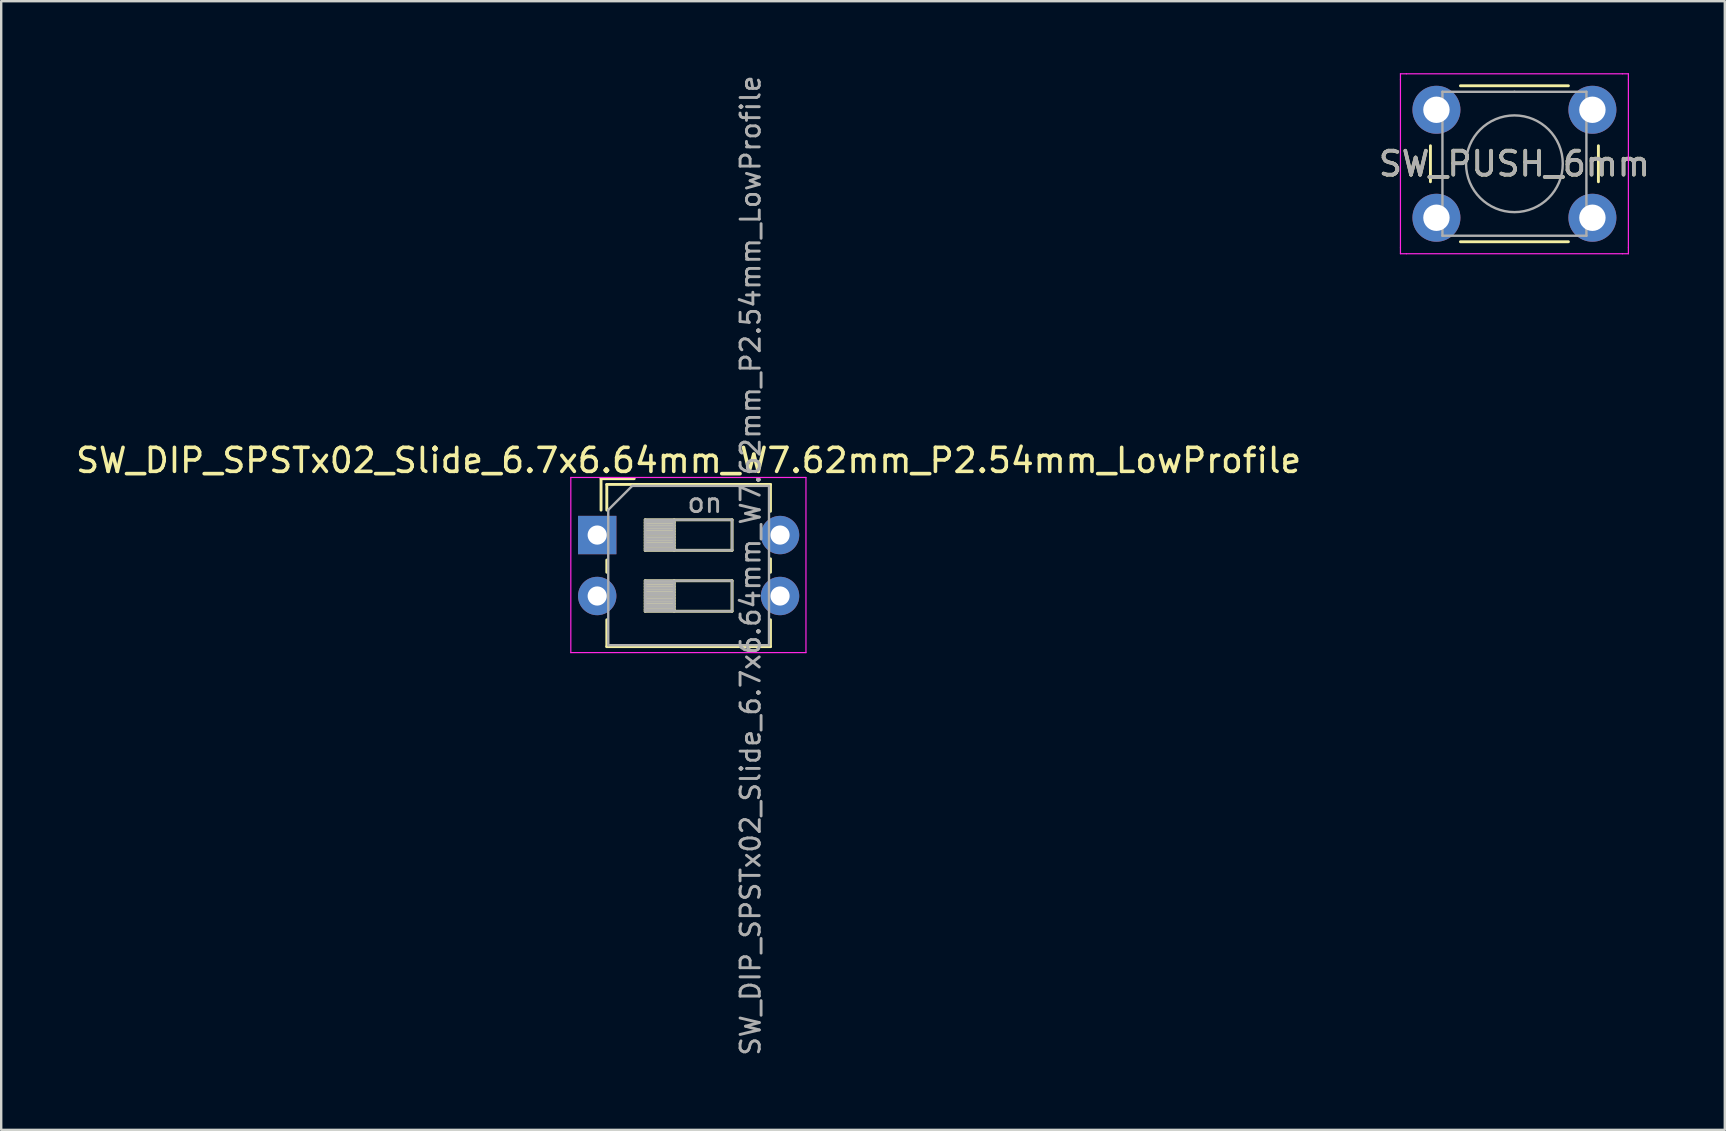
<source format=kicad_pcb>
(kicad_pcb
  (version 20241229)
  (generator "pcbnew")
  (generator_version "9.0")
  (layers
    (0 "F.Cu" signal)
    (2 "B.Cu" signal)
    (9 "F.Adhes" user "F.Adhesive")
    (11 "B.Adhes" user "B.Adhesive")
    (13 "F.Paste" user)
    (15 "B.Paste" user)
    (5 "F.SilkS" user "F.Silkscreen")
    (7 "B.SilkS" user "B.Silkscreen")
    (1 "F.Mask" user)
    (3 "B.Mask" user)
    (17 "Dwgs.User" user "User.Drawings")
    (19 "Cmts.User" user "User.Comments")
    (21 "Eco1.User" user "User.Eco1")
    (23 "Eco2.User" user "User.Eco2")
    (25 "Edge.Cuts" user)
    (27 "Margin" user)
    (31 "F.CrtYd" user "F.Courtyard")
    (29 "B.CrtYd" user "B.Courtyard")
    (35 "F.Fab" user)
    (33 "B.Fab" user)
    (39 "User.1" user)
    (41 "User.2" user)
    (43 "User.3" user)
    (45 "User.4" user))
  (footprint "SW_PUSH_6mm"
    (layer "F.Cu")
    (at 56.815 1.525)
    (property "Reference" "SW_PUSH_6mm" (at 3.25 2.25 0) (layer "F.SilkS") (effects (font (size 1 1) (thickness 0.15))))
    (attr through_hole)
    (fp_line (start -0.25 1.5) (end -0.25 3) (stroke (width 0.12) (type solid)) (layer "F.SilkS"))
    (fp_line (start 1 5.5) (end 5.5 5.5) (stroke (width 0.12) (type solid)) (layer "F.SilkS"))
    (fp_line (start 5.5 -1) (end 1 -1) (stroke (width 0.12) (type solid)) (layer "F.SilkS"))
    (fp_line (start 6.75 3) (end 6.75 1.5) (stroke (width 0.12) (type solid)) (layer "F.SilkS"))
    (fp_line (start -1.5 -1.5) (end -1.25 -1.5) (stroke (width 0.05) (type solid)) (layer "F.CrtYd"))
    (fp_line (start -1.5 -1.25) (end -1.5 -1.5) (stroke (width 0.05) (type solid)) (layer "F.CrtYd"))
    (fp_line (start -1.5 5.75) (end -1.5 -1.25) (stroke (width 0.05) (type solid)) (layer "F.CrtYd"))
    (fp_line (start -1.5 5.75) (end -1.5 6) (stroke (width 0.05) (type solid)) (layer "F.CrtYd"))
    (fp_line (start -1.5 6) (end -1.25 6) (stroke (width 0.05) (type solid)) (layer "F.CrtYd"))
    (fp_line (start -1.25 -1.5) (end 7.75 -1.5) (stroke (width 0.05) (type solid)) (layer "F.CrtYd"))
    (fp_line (start 7.75 -1.5) (end 8 -1.5) (stroke (width 0.05) (type solid)) (layer "F.CrtYd"))
    (fp_line (start 7.75 6) (end -1.25 6) (stroke (width 0.05) (type solid)) (layer "F.CrtYd"))
    (fp_line (start 7.75 6) (end 8 6) (stroke (width 0.05) (type solid)) (layer "F.CrtYd"))
    (fp_line (start 8 -1.5) (end 8 -1.25) (stroke (width 0.05) (type solid)) (layer "F.CrtYd"))
    (fp_line (start 8 -1.25) (end 8 5.75) (stroke (width 0.05) (type solid)) (layer "F.CrtYd"))
    (fp_line (start 8 6) (end 8 5.75) (stroke (width 0.05) (type solid)) (layer "F.CrtYd"))
    (fp_line (start 0.25 -0.75) (end 3.25 -0.75) (stroke (width 0.1) (type solid)) (layer "F.Fab"))
    (fp_line (start 0.25 5.25) (end 0.25 -0.75) (stroke (width 0.1) (type solid)) (layer "F.Fab"))
    (fp_line (start 3.25 -0.75) (end 6.25 -0.75) (stroke (width 0.1) (type solid)) (layer "F.Fab"))
    (fp_line (start 6.25 -0.75) (end 6.25 5.25) (stroke (width 0.1) (type solid)) (layer "F.Fab"))
    (fp_line (start 6.25 5.25) (end 0.25 5.25) (stroke (width 0.1) (type solid)) (layer "F.Fab"))
    (fp_circle (center 3.25 2.25) (end 1.25 2.5) (stroke (width 0.1) (type solid)) (fill no) (layer "F.Fab"))
    (fp_text user "${REFERENCE}" (at 3.25 2.25 0) (layer "F.Fab") (effects (font (size 1 1) (thickness 0.15))))
    (pad "1" thru_hole circle (at 0 0 90) (size 2 2) (drill 1.1) (layers "*.Cu" "*.Mask"))
    (pad "1" thru_hole circle (at 6.5 0 90) (size 2 2) (drill 1.1) (layers "*.Cu" "*.Mask"))
    (pad "2" thru_hole circle (at 0 4.5 90) (size 2 2) (drill 1.1) (layers "*.Cu" "*.Mask"))
    (pad "2" thru_hole circle (at 6.5 4.5 90) (size 2 2) (drill 1.1) (layers "*.Cu" "*.Mask")))
  (footprint "SW_DIP_SPSTx02_Slide_6.7x6.64mm_W7.62mm_P2.54mm_LowProfile"
    (layer "F.Cu")
    (at 21.839 19.249)
    (property "Reference" "SW_DIP_SPSTx02_Slide_6.7x6.64mm_W7.62mm_P2.54mm_LowProfile" (at 3.81 -3.11 0) (layer "F.SilkS") (effects (font (size 1 1) (thickness 0.15))))
    (attr through_hole)
    (fp_line (start 0.16 -2.35) (end 0.16 -1.04) (stroke (width 0.12) (type solid)) (layer "F.SilkS"))
    (fp_line (start 0.16 -2.35) (end 1.543 -2.35) (stroke (width 0.12) (type solid)) (layer "F.SilkS"))
    (fp_line (start 0.4 -2.11) (end 0.4 -1.04) (stroke (width 0.12) (type solid)) (layer "F.SilkS"))
    (fp_line (start 0.4 -2.11) (end 7.221 -2.11) (stroke (width 0.12) (type solid)) (layer "F.SilkS"))
    (fp_line (start 0.4 1.04) (end 0.4 1.551) (stroke (width 0.12) (type solid)) (layer "F.SilkS"))
    (fp_line (start 0.4 3.53) (end 0.4 4.65) (stroke (width 0.12) (type solid)) (layer "F.SilkS"))
    (fp_line (start 0.4 4.65) (end 7.221 4.65) (stroke (width 0.12) (type solid)) (layer "F.SilkS"))
    (fp_line (start 2 -0.635) (end 2 0.635) (stroke (width 0.12) (type solid)) (layer "F.SilkS"))
    (fp_line (start 2 -0.515) (end 3.207 -0.515) (stroke (width 0.12) (type solid)) (layer "F.SilkS"))
    (fp_line (start 2 -0.395) (end 3.207 -0.395) (stroke (width 0.12) (type solid)) (layer "F.SilkS"))
    (fp_line (start 2 -0.275) (end 3.207 -0.275) (stroke (width 0.12) (type solid)) (layer "F.SilkS"))
    (fp_line (start 2 -0.155) (end 3.207 -0.155) (stroke (width 0.12) (type solid)) (layer "F.SilkS"))
    (fp_line (start 2 -0.035) (end 3.207 -0.035) (stroke (width 0.12) (type solid)) (layer "F.SilkS"))
    (fp_line (start 2 0.085) (end 3.207 0.085) (stroke (width 0.12) (type solid)) (layer "F.SilkS"))
    (fp_line (start 2 0.205) (end 3.207 0.205) (stroke (width 0.12) (type solid)) (layer "F.SilkS"))
    (fp_line (start 2 0.325) (end 3.207 0.325) (stroke (width 0.12) (type solid)) (layer "F.SilkS"))
    (fp_line (start 2 0.445) (end 3.207 0.445) (stroke (width 0.12) (type solid)) (layer "F.SilkS"))
    (fp_line (start 2 0.565) (end 3.207 0.565) (stroke (width 0.12) (type solid)) (layer "F.SilkS"))
    (fp_line (start 2 0.635) (end 5.62 0.635) (stroke (width 0.12) (type solid)) (layer "F.SilkS"))
    (fp_line (start 2 1.905) (end 2 3.175) (stroke (width 0.12) (type solid)) (layer "F.SilkS"))
    (fp_line (start 2 2.025) (end 3.207 2.025) (stroke (width 0.12) (type solid)) (layer "F.SilkS"))
    (fp_line (start 2 2.145) (end 3.207 2.145) (stroke (width 0.12) (type solid)) (layer "F.SilkS"))
    (fp_line (start 2 2.265) (end 3.207 2.265) (stroke (width 0.12) (type solid)) (layer "F.SilkS"))
    (fp_line (start 2 2.385) (end 3.207 2.385) (stroke (width 0.12) (type solid)) (layer "F.SilkS"))
    (fp_line (start 2 2.505) (end 3.207 2.505) (stroke (width 0.12) (type solid)) (layer "F.SilkS"))
    (fp_line (start 2 2.625) (end 3.207 2.625) (stroke (width 0.12) (type solid)) (layer "F.SilkS"))
    (fp_line (start 2 2.745) (end 3.207 2.745) (stroke (width 0.12) (type solid)) (layer "F.SilkS"))
    (fp_line (start 2 2.865) (end 3.207 2.865) (stroke (width 0.12) (type solid)) (layer "F.SilkS"))
    (fp_line (start 2 2.985) (end 3.207 2.985) (stroke (width 0.12) (type solid)) (layer "F.SilkS"))
    (fp_line (start 2 3.105) (end 3.207 3.105) (stroke (width 0.12) (type solid)) (layer "F.SilkS"))
    (fp_line (start 2 3.175) (end 5.62 3.175) (stroke (width 0.12) (type solid)) (layer "F.SilkS"))
    (fp_line (start 3.207 -0.635) (end 3.207 0.635) (stroke (width 0.12) (type solid)) (layer "F.SilkS"))
    (fp_line (start 3.207 1.905) (end 3.207 3.175) (stroke (width 0.12) (type solid)) (layer "F.SilkS"))
    (fp_line (start 5.62 -0.635) (end 2 -0.635) (stroke (width 0.12) (type solid)) (layer "F.SilkS"))
    (fp_line (start 5.62 0.635) (end 5.62 -0.635) (stroke (width 0.12) (type solid)) (layer "F.SilkS"))
    (fp_line (start 5.62 1.905) (end 2 1.905) (stroke (width 0.12) (type solid)) (layer "F.SilkS"))
    (fp_line (start 5.62 3.175) (end 5.62 1.905) (stroke (width 0.12) (type solid)) (layer "F.SilkS"))
    (fp_line (start 7.221 -2.11) (end 7.221 -0.99) (stroke (width 0.12) (type solid)) (layer "F.SilkS"))
    (fp_line (start 7.221 0.99) (end 7.221 1.551) (stroke (width 0.12) (type solid)) (layer "F.SilkS"))
    (fp_line (start 7.221 3.53) (end 7.221 4.65) (stroke (width 0.12) (type solid)) (layer "F.SilkS"))
    (fp_line (start -1.1 -2.4) (end -1.1 4.9) (stroke (width 0.05) (type solid)) (layer "F.CrtYd"))
    (fp_line (start -1.1 4.9) (end 8.7 4.9) (stroke (width 0.05) (type solid)) (layer "F.CrtYd"))
    (fp_line (start 8.7 -2.4) (end -1.1 -2.4) (stroke (width 0.05) (type solid)) (layer "F.CrtYd"))
    (fp_line (start 8.7 4.9) (end 8.7 -2.4) (stroke (width 0.05) (type solid)) (layer "F.CrtYd"))
    (fp_line (start 0.46 -1.05) (end 1.46 -2.05) (stroke (width 0.1) (type solid)) (layer "F.Fab"))
    (fp_line (start 0.46 4.59) (end 0.46 -1.05) (stroke (width 0.1) (type solid)) (layer "F.Fab"))
    (fp_line (start 1.46 -2.05) (end 7.16 -2.05) (stroke (width 0.1) (type solid)) (layer "F.Fab"))
    (fp_line (start 2 -0.635) (end 2 0.635) (stroke (width 0.1) (type solid)) (layer "F.Fab"))
    (fp_line (start 2 -0.535) (end 3.207 -0.535) (stroke (width 0.1) (type solid)) (layer "F.Fab"))
    (fp_line (start 2 -0.435) (end 3.207 -0.435) (stroke (width 0.1) (type solid)) (layer "F.Fab"))
    (fp_line (start 2 -0.335) (end 3.207 -0.335) (stroke (width 0.1) (type solid)) (layer "F.Fab"))
    (fp_line (start 2 -0.235) (end 3.207 -0.235) (stroke (width 0.1) (type solid)) (layer "F.Fab"))
    (fp_line (start 2 -0.135) (end 3.207 -0.135) (stroke (width 0.1) (type solid)) (layer "F.Fab"))
    (fp_line (start 2 -0.035) (end 3.207 -0.035) (stroke (width 0.1) (type solid)) (layer "F.Fab"))
    (fp_line (start 2 0.065) (end 3.207 0.065) (stroke (width 0.1) (type solid)) (layer "F.Fab"))
    (fp_line (start 2 0.165) (end 3.207 0.165) (stroke (width 0.1) (type solid)) (layer "F.Fab"))
    (fp_line (start 2 0.265) (end 3.207 0.265) (stroke (width 0.1) (type solid)) (layer "F.Fab"))
    (fp_line (start 2 0.365) (end 3.207 0.365) (stroke (width 0.1) (type solid)) (layer "F.Fab"))
    (fp_line (start 2 0.465) (end 3.207 0.465) (stroke (width 0.1) (type solid)) (layer "F.Fab"))
    (fp_line (start 2 0.565) (end 3.207 0.565) (stroke (width 0.1) (type solid)) (layer "F.Fab"))
    (fp_line (start 2 0.635) (end 5.62 0.635) (stroke (width 0.1) (type solid)) (layer "F.Fab"))
    (fp_line (start 2 1.905) (end 2 3.175) (stroke (width 0.1) (type solid)) (layer "F.Fab"))
    (fp_line (start 2 2.005) (end 3.207 2.005) (stroke (width 0.1) (type solid)) (layer "F.Fab"))
    (fp_line (start 2 2.105) (end 3.207 2.105) (stroke (width 0.1) (type solid)) (layer "F.Fab"))
    (fp_line (start 2 2.205) (end 3.207 2.205) (stroke (width 0.1) (type solid)) (layer "F.Fab"))
    (fp_line (start 2 2.305) (end 3.207 2.305) (stroke (width 0.1) (type solid)) (layer "F.Fab"))
    (fp_line (start 2 2.405) (end 3.207 2.405) (stroke (width 0.1) (type solid)) (layer "F.Fab"))
    (fp_line (start 2 2.505) (end 3.207 2.505) (stroke (width 0.1) (type solid)) (layer "F.Fab"))
    (fp_line (start 2 2.605) (end 3.207 2.605) (stroke (width 0.1) (type solid)) (layer "F.Fab"))
    (fp_line (start 2 2.705) (end 3.207 2.705) (stroke (width 0.1) (type solid)) (layer "F.Fab"))
    (fp_line (start 2 2.805) (end 3.207 2.805) (stroke (width 0.1) (type solid)) (layer "F.Fab"))
    (fp_line (start 2 2.905) (end 3.207 2.905) (stroke (width 0.1) (type solid)) (layer "F.Fab"))
    (fp_line (start 2 3.005) (end 3.207 3.005) (stroke (width 0.1) (type solid)) (layer "F.Fab"))
    (fp_line (start 2 3.105) (end 3.207 3.105) (stroke (width 0.1) (type solid)) (layer "F.Fab"))
    (fp_line (start 2 3.175) (end 5.62 3.175) (stroke (width 0.1) (type solid)) (layer "F.Fab"))
    (fp_line (start 3.207 -0.635) (end 3.207 0.635) (stroke (width 0.1) (type solid)) (layer "F.Fab"))
    (fp_line (start 3.207 1.905) (end 3.207 3.175) (stroke (width 0.1) (type solid)) (layer "F.Fab"))
    (fp_line (start 5.62 -0.635) (end 2 -0.635) (stroke (width 0.1) (type solid)) (layer "F.Fab"))
    (fp_line (start 5.62 0.635) (end 5.62 -0.635) (stroke (width 0.1) (type solid)) (layer "F.Fab"))
    (fp_line (start 5.62 1.905) (end 2 1.905) (stroke (width 0.1) (type solid)) (layer "F.Fab"))
    (fp_line (start 5.62 3.175) (end 5.62 1.905) (stroke (width 0.1) (type solid)) (layer "F.Fab"))
    (fp_line (start 7.16 -2.05) (end 7.16 4.59) (stroke (width 0.1) (type solid)) (layer "F.Fab"))
    (fp_line (start 7.16 4.59) (end 0.46 4.59) (stroke (width 0.1) (type solid)) (layer "F.Fab"))
    (fp_text user "${REFERENCE}" (at 6.39 1.27 270) (layer "F.Fab") (effects (font (size 0.8 0.8) (thickness 0.12))))
    (fp_text user "on" (at 4.485 -1.343 0) (layer "F.Fab") (effects (font (size 0.8 0.8) (thickness 0.12))))
    (pad "1" thru_hole rect (at 0 0) (size 1.6 1.6) (drill 0.8) (layers "*.Cu" "*.Mask"))
    (pad "2" thru_hole oval (at 0 2.54) (size 1.6 1.6) (drill 0.8) (layers "*.Cu" "*.Mask"))
    (pad "3" thru_hole oval (at 7.62 2.54) (size 1.6 1.6) (drill 0.8) (layers "*.Cu" "*.Mask"))
    (pad "4" thru_hole oval (at 7.62 0) (size 1.6 1.6) (drill 0.8) (layers "*.Cu" "*.Mask")))
  (gr_rect
    (start -3 -3)
    (end 68.833 44.038)
    (stroke (width 0.1) (type default))
    (fill no)
    (layer "Edge.Cuts")))
</source>
